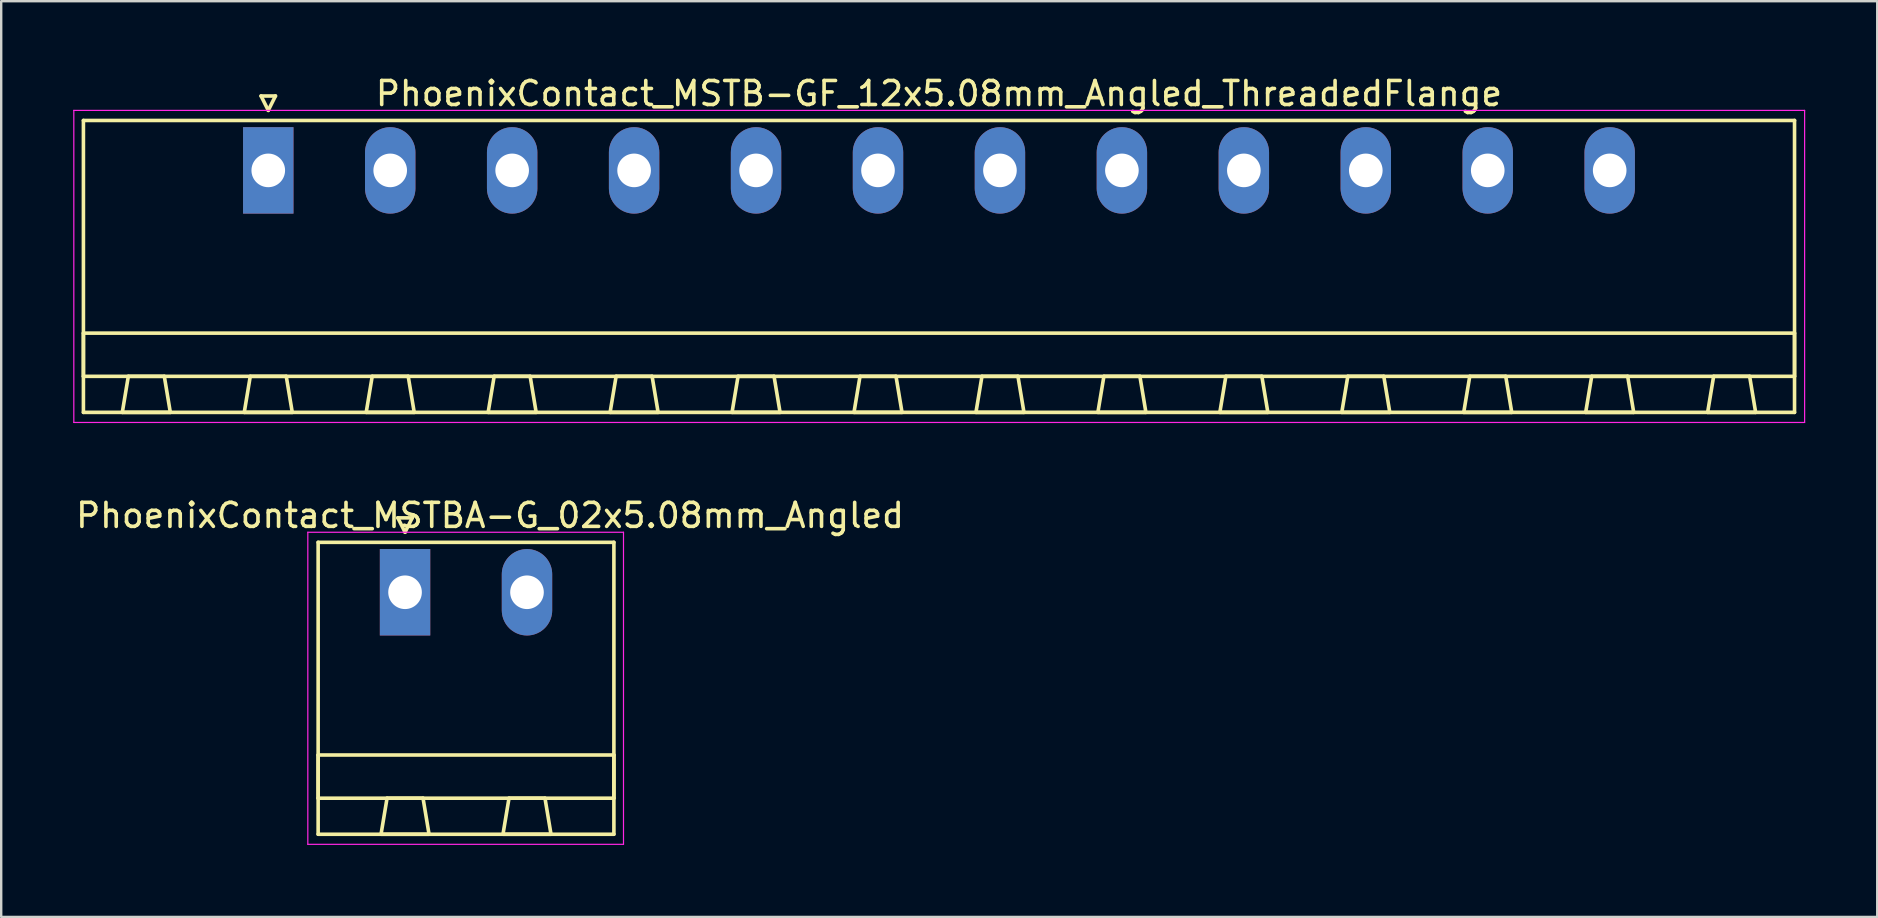
<source format=kicad_pcb>
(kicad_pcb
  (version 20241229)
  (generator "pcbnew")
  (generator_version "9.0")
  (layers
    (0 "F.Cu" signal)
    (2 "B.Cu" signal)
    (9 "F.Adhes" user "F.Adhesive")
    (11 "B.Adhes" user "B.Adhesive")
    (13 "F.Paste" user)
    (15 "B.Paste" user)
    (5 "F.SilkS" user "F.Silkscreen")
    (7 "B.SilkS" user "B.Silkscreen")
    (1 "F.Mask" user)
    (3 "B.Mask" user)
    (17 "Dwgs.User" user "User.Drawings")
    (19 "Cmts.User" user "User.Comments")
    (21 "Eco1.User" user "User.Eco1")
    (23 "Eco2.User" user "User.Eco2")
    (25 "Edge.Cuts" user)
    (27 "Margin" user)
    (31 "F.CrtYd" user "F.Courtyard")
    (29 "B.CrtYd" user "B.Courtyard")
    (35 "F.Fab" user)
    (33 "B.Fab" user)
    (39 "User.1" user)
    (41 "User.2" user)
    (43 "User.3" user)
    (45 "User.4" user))
  (footprint "PhoenixContact_MSTB-GF_12x5.08mm_Angled_ThreadedFlange"
    (layer "F.Cu")
    (at 8.125 4.048)
    (property "Reference" "PhoenixContact_MSTB-GF_12x5.08mm_Angled_ThreadedFlange" (at 27.94 -3.2 0) (layer "F.SilkS") (effects (font (size 1 1) (thickness 0.15))))
    (attr through_hole)
    (fp_line (start -7.7 -2.08) (end -7.7 10.08) (stroke (width 0.15) (type solid)) (layer "F.SilkS"))
    (fp_line (start -7.7 6.78) (end 63.58 6.78) (stroke (width 0.15) (type solid)) (layer "F.SilkS"))
    (fp_line (start -7.7 8.58) (end -7.7 6.78) (stroke (width 0.15) (type solid)) (layer "F.SilkS"))
    (fp_line (start -7.7 10.08) (end 63.58 10.08) (stroke (width 0.15) (type solid)) (layer "F.SilkS"))
    (fp_line (start -6.08 10.08) (end -4.08 10.08) (stroke (width 0.15) (type solid)) (layer "F.SilkS"))
    (fp_line (start -5.83 8.58) (end -6.08 10.08) (stroke (width 0.15) (type solid)) (layer "F.SilkS"))
    (fp_line (start -4.33 8.58) (end -5.83 8.58) (stroke (width 0.15) (type solid)) (layer "F.SilkS"))
    (fp_line (start -4.08 10.08) (end -4.33 8.58) (stroke (width 0.15) (type solid)) (layer "F.SilkS"))
    (fp_line (start -1 10.08) (end 1 10.08) (stroke (width 0.15) (type solid)) (layer "F.SilkS"))
    (fp_line (start -0.75 8.58) (end -1 10.08) (stroke (width 0.15) (type solid)) (layer "F.SilkS"))
    (fp_line (start -0.3 -3.1) (end 0 -2.5) (stroke (width 0.15) (type solid)) (layer "F.SilkS"))
    (fp_line (start 0 -2.5) (end 0.3 -3.1) (stroke (width 0.15) (type solid)) (layer "F.SilkS"))
    (fp_line (start 0.3 -3.1) (end -0.3 -3.1) (stroke (width 0.15) (type solid)) (layer "F.SilkS"))
    (fp_line (start 0.75 8.58) (end -0.75 8.58) (stroke (width 0.15) (type solid)) (layer "F.SilkS"))
    (fp_line (start 1 10.08) (end 0.75 8.58) (stroke (width 0.15) (type solid)) (layer "F.SilkS"))
    (fp_line (start 4.08 10.08) (end 6.08 10.08) (stroke (width 0.15) (type solid)) (layer "F.SilkS"))
    (fp_line (start 4.33 8.58) (end 4.08 10.08) (stroke (width 0.15) (type solid)) (layer "F.SilkS"))
    (fp_line (start 5.83 8.58) (end 4.33 8.58) (stroke (width 0.15) (type solid)) (layer "F.SilkS"))
    (fp_line (start 6.08 10.08) (end 5.83 8.58) (stroke (width 0.15) (type solid)) (layer "F.SilkS"))
    (fp_line (start 9.16 10.08) (end 11.16 10.08) (stroke (width 0.15) (type solid)) (layer "F.SilkS"))
    (fp_line (start 9.41 8.58) (end 9.16 10.08) (stroke (width 0.15) (type solid)) (layer "F.SilkS"))
    (fp_line (start 10.91 8.58) (end 9.41 8.58) (stroke (width 0.15) (type solid)) (layer "F.SilkS"))
    (fp_line (start 11.16 10.08) (end 10.91 8.58) (stroke (width 0.15) (type solid)) (layer "F.SilkS"))
    (fp_line (start 14.24 10.08) (end 16.24 10.08) (stroke (width 0.15) (type solid)) (layer "F.SilkS"))
    (fp_line (start 14.49 8.58) (end 14.24 10.08) (stroke (width 0.15) (type solid)) (layer "F.SilkS"))
    (fp_line (start 15.99 8.58) (end 14.49 8.58) (stroke (width 0.15) (type solid)) (layer "F.SilkS"))
    (fp_line (start 16.24 10.08) (end 15.99 8.58) (stroke (width 0.15) (type solid)) (layer "F.SilkS"))
    (fp_line (start 19.32 10.08) (end 21.32 10.08) (stroke (width 0.15) (type solid)) (layer "F.SilkS"))
    (fp_line (start 19.57 8.58) (end 19.32 10.08) (stroke (width 0.15) (type solid)) (layer "F.SilkS"))
    (fp_line (start 21.07 8.58) (end 19.57 8.58) (stroke (width 0.15) (type solid)) (layer "F.SilkS"))
    (fp_line (start 21.32 10.08) (end 21.07 8.58) (stroke (width 0.15) (type solid)) (layer "F.SilkS"))
    (fp_line (start 24.4 10.08) (end 26.4 10.08) (stroke (width 0.15) (type solid)) (layer "F.SilkS"))
    (fp_line (start 24.65 8.58) (end 24.4 10.08) (stroke (width 0.15) (type solid)) (layer "F.SilkS"))
    (fp_line (start 26.15 8.58) (end 24.65 8.58) (stroke (width 0.15) (type solid)) (layer "F.SilkS"))
    (fp_line (start 26.4 10.08) (end 26.15 8.58) (stroke (width 0.15) (type solid)) (layer "F.SilkS"))
    (fp_line (start 29.48 10.08) (end 31.48 10.08) (stroke (width 0.15) (type solid)) (layer "F.SilkS"))
    (fp_line (start 29.73 8.58) (end 29.48 10.08) (stroke (width 0.15) (type solid)) (layer "F.SilkS"))
    (fp_line (start 31.23 8.58) (end 29.73 8.58) (stroke (width 0.15) (type solid)) (layer "F.SilkS"))
    (fp_line (start 31.48 10.08) (end 31.23 8.58) (stroke (width 0.15) (type solid)) (layer "F.SilkS"))
    (fp_line (start 34.56 10.08) (end 36.56 10.08) (stroke (width 0.15) (type solid)) (layer "F.SilkS"))
    (fp_line (start 34.81 8.58) (end 34.56 10.08) (stroke (width 0.15) (type solid)) (layer "F.SilkS"))
    (fp_line (start 36.31 8.58) (end 34.81 8.58) (stroke (width 0.15) (type solid)) (layer "F.SilkS"))
    (fp_line (start 36.56 10.08) (end 36.31 8.58) (stroke (width 0.15) (type solid)) (layer "F.SilkS"))
    (fp_line (start 39.64 10.08) (end 41.64 10.08) (stroke (width 0.15) (type solid)) (layer "F.SilkS"))
    (fp_line (start 39.89 8.58) (end 39.64 10.08) (stroke (width 0.15) (type solid)) (layer "F.SilkS"))
    (fp_line (start 41.39 8.58) (end 39.89 8.58) (stroke (width 0.15) (type solid)) (layer "F.SilkS"))
    (fp_line (start 41.64 10.08) (end 41.39 8.58) (stroke (width 0.15) (type solid)) (layer "F.SilkS"))
    (fp_line (start 44.72 10.08) (end 46.72 10.08) (stroke (width 0.15) (type solid)) (layer "F.SilkS"))
    (fp_line (start 44.97 8.58) (end 44.72 10.08) (stroke (width 0.15) (type solid)) (layer "F.SilkS"))
    (fp_line (start 46.47 8.58) (end 44.97 8.58) (stroke (width 0.15) (type solid)) (layer "F.SilkS"))
    (fp_line (start 46.72 10.08) (end 46.47 8.58) (stroke (width 0.15) (type solid)) (layer "F.SilkS"))
    (fp_line (start 49.8 10.08) (end 51.8 10.08) (stroke (width 0.15) (type solid)) (layer "F.SilkS"))
    (fp_line (start 50.05 8.58) (end 49.8 10.08) (stroke (width 0.15) (type solid)) (layer "F.SilkS"))
    (fp_line (start 51.55 8.58) (end 50.05 8.58) (stroke (width 0.15) (type solid)) (layer "F.SilkS"))
    (fp_line (start 51.8 10.08) (end 51.55 8.58) (stroke (width 0.15) (type solid)) (layer "F.SilkS"))
    (fp_line (start 54.88 10.08) (end 56.88 10.08) (stroke (width 0.15) (type solid)) (layer "F.SilkS"))
    (fp_line (start 55.13 8.58) (end 54.88 10.08) (stroke (width 0.15) (type solid)) (layer "F.SilkS"))
    (fp_line (start 56.63 8.58) (end 55.13 8.58) (stroke (width 0.15) (type solid)) (layer "F.SilkS"))
    (fp_line (start 56.88 10.08) (end 56.63 8.58) (stroke (width 0.15) (type solid)) (layer "F.SilkS"))
    (fp_line (start 59.96 10.08) (end 61.96 10.08) (stroke (width 0.15) (type solid)) (layer "F.SilkS"))
    (fp_line (start 60.21 8.58) (end 59.96 10.08) (stroke (width 0.15) (type solid)) (layer "F.SilkS"))
    (fp_line (start 61.71 8.58) (end 60.21 8.58) (stroke (width 0.15) (type solid)) (layer "F.SilkS"))
    (fp_line (start 61.96 10.08) (end 61.71 8.58) (stroke (width 0.15) (type solid)) (layer "F.SilkS"))
    (fp_line (start 63.58 -2.08) (end -7.7 -2.08) (stroke (width 0.15) (type solid)) (layer "F.SilkS"))
    (fp_line (start 63.58 6.78) (end 63.58 8.58) (stroke (width 0.15) (type solid)) (layer "F.SilkS"))
    (fp_line (start 63.58 8.58) (end -7.7 8.58) (stroke (width 0.15) (type solid)) (layer "F.SilkS"))
    (fp_line (start 63.58 10.08) (end 63.58 -2.08) (stroke (width 0.15) (type solid)) (layer "F.SilkS"))
    (fp_line (start -8.1 -2.5) (end -8.1 10.5) (stroke (width 0.05) (type solid)) (layer "F.CrtYd"))
    (fp_line (start -8.1 10.5) (end 64 10.5) (stroke (width 0.05) (type solid)) (layer "F.CrtYd"))
    (fp_line (start 64 -2.5) (end -8.1 -2.5) (stroke (width 0.05) (type solid)) (layer "F.CrtYd"))
    (fp_line (start 64 10.5) (end 64 -2.5) (stroke (width 0.05) (type solid)) (layer "F.CrtYd"))
    (pad "1" thru_hole rect (at 0 0) (size 2.1 3.6) (drill 1.4) (layers "*.Cu" "*.Mask"))
    (pad "2" thru_hole oval (at 5.08 0) (size 2.1 3.6) (drill 1.4) (layers "*.Cu" "*.Mask"))
    (pad "3" thru_hole oval (at 10.16 0) (size 2.1 3.6) (drill 1.4) (layers "*.Cu" "*.Mask"))
    (pad "4" thru_hole oval (at 15.24 0) (size 2.1 3.6) (drill 1.4) (layers "*.Cu" "*.Mask"))
    (pad "5" thru_hole oval (at 20.32 0) (size 2.1 3.6) (drill 1.4) (layers "*.Cu" "*.Mask"))
    (pad "6" thru_hole oval (at 25.4 0) (size 2.1 3.6) (drill 1.4) (layers "*.Cu" "*.Mask"))
    (pad "7" thru_hole oval (at 30.48 0) (size 2.1 3.6) (drill 1.4) (layers "*.Cu" "*.Mask"))
    (pad "8" thru_hole oval (at 35.56 0) (size 2.1 3.6) (drill 1.4) (layers "*.Cu" "*.Mask"))
    (pad "9" thru_hole oval (at 40.64 0) (size 2.1 3.6) (drill 1.4) (layers "*.Cu" "*.Mask"))
    (pad "10" thru_hole oval (at 45.72 0) (size 2.1 3.6) (drill 1.4) (layers "*.Cu" "*.Mask"))
    (pad "11" thru_hole oval (at 50.8 0) (size 2.1 3.6) (drill 1.4) (layers "*.Cu" "*.Mask"))
    (pad "12" thru_hole oval (at 55.88 0) (size 2.1 3.6) (drill 1.4) (layers "*.Cu" "*.Mask")))
  (footprint "PhoenixContact_MSTBA-G_02x5.08mm_Angled"
    (layer "F.Cu")
    (at 13.823 21.622)
    (property "Reference" "PhoenixContact_MSTBA-G_02x5.08mm_Angled" (at 3.54 -3.2 0) (layer "F.SilkS") (effects (font (size 1 1) (thickness 0.15))))
    (attr through_hole)
    (fp_line (start -3.62 -2.08) (end -3.62 10.08) (stroke (width 0.15) (type solid)) (layer "F.SilkS"))
    (fp_line (start -3.62 6.78) (end 8.7 6.78) (stroke (width 0.15) (type solid)) (layer "F.SilkS"))
    (fp_line (start -3.62 8.58) (end -3.62 6.78) (stroke (width 0.15) (type solid)) (layer "F.SilkS"))
    (fp_line (start -3.62 10.08) (end 8.7 10.08) (stroke (width 0.15) (type solid)) (layer "F.SilkS"))
    (fp_line (start -1 10.08) (end 1 10.08) (stroke (width 0.15) (type solid)) (layer "F.SilkS"))
    (fp_line (start -0.75 8.58) (end -1 10.08) (stroke (width 0.15) (type solid)) (layer "F.SilkS"))
    (fp_line (start -0.3 -3.1) (end 0 -2.5) (stroke (width 0.15) (type solid)) (layer "F.SilkS"))
    (fp_line (start 0 -2.5) (end 0.3 -3.1) (stroke (width 0.15) (type solid)) (layer "F.SilkS"))
    (fp_line (start 0.3 -3.1) (end -0.3 -3.1) (stroke (width 0.15) (type solid)) (layer "F.SilkS"))
    (fp_line (start 0.75 8.58) (end -0.75 8.58) (stroke (width 0.15) (type solid)) (layer "F.SilkS"))
    (fp_line (start 1 10.08) (end 0.75 8.58) (stroke (width 0.15) (type solid)) (layer "F.SilkS"))
    (fp_line (start 4.08 10.08) (end 6.08 10.08) (stroke (width 0.15) (type solid)) (layer "F.SilkS"))
    (fp_line (start 4.33 8.58) (end 4.08 10.08) (stroke (width 0.15) (type solid)) (layer "F.SilkS"))
    (fp_line (start 5.83 8.58) (end 4.33 8.58) (stroke (width 0.15) (type solid)) (layer "F.SilkS"))
    (fp_line (start 6.08 10.08) (end 5.83 8.58) (stroke (width 0.15) (type solid)) (layer "F.SilkS"))
    (fp_line (start 8.7 -2.08) (end -3.62 -2.08) (stroke (width 0.15) (type solid)) (layer "F.SilkS"))
    (fp_line (start 8.7 6.78) (end 8.7 8.58) (stroke (width 0.15) (type solid)) (layer "F.SilkS"))
    (fp_line (start 8.7 8.58) (end -3.62 8.58) (stroke (width 0.15) (type solid)) (layer "F.SilkS"))
    (fp_line (start 8.7 10.08) (end 8.7 -2.08) (stroke (width 0.15) (type solid)) (layer "F.SilkS"))
    (fp_line (start -4.05 -2.5) (end -4.05 10.5) (stroke (width 0.05) (type solid)) (layer "F.CrtYd"))
    (fp_line (start -4.05 10.5) (end 9.1 10.5) (stroke (width 0.05) (type solid)) (layer "F.CrtYd"))
    (fp_line (start 9.1 -2.5) (end -4.05 -2.5) (stroke (width 0.05) (type solid)) (layer "F.CrtYd"))
    (fp_line (start 9.1 10.5) (end 9.1 -2.5) (stroke (width 0.05) (type solid)) (layer "F.CrtYd"))
    (pad "1" thru_hole rect (at 0 0) (size 2.1 3.6) (drill 1.4) (layers "*.Cu" "*.Mask"))
    (pad "2" thru_hole oval (at 5.08 0) (size 2.1 3.6) (drill 1.4) (layers "*.Cu" "*.Mask")))
  (gr_rect
    (start -3 -3)
    (end 75.15 35.147)
    (stroke (width 0.1) (type default))
    (fill no)
    (layer "Edge.Cuts")))
</source>
